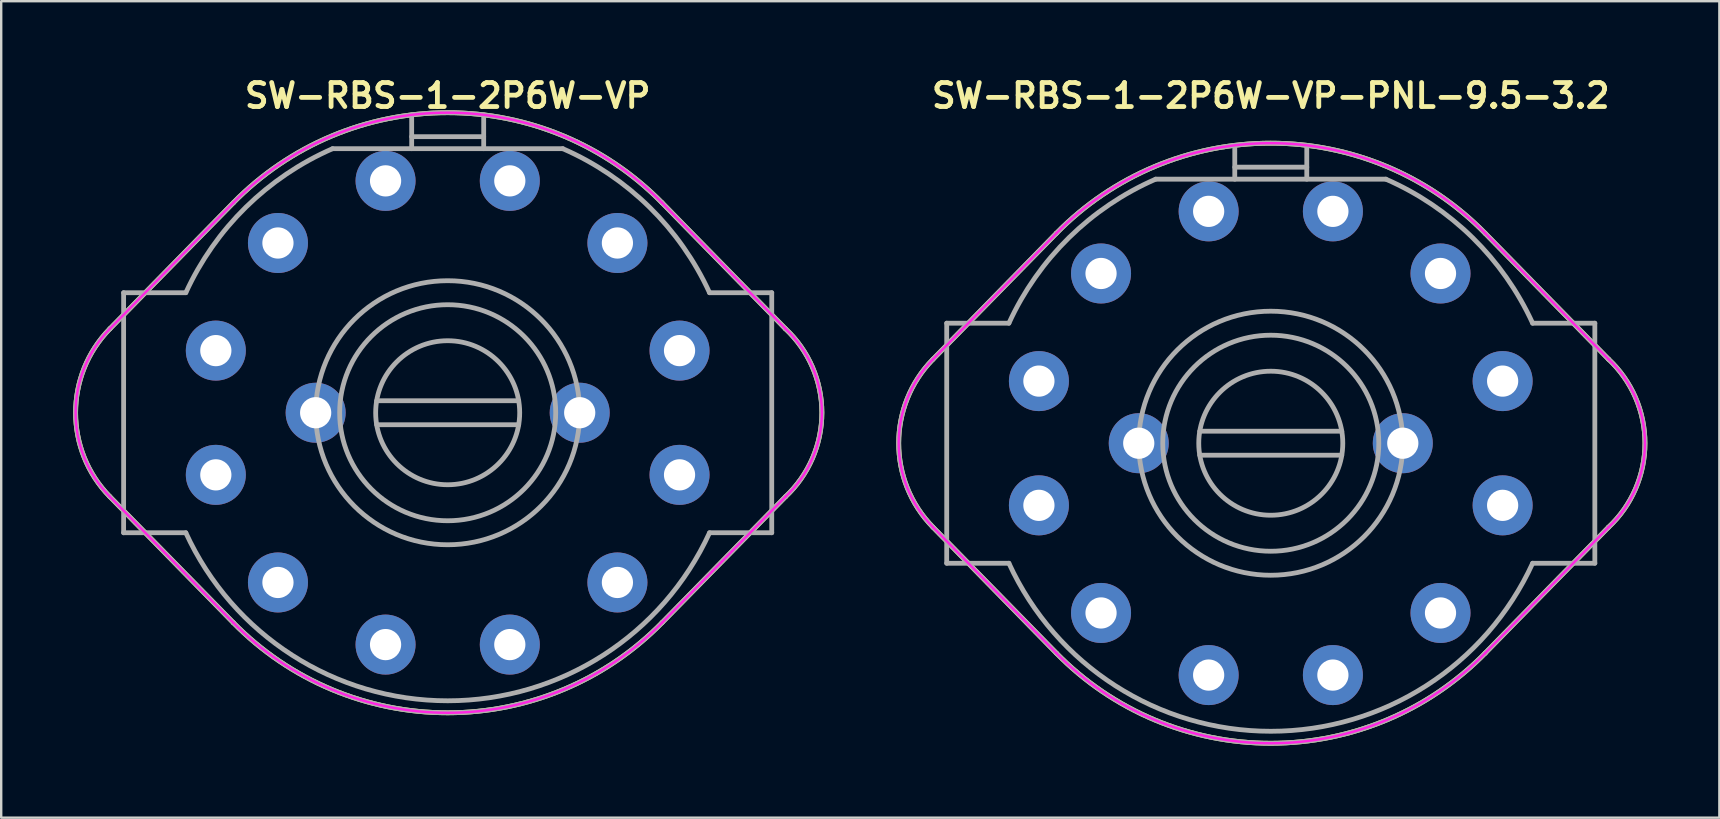
<source format=kicad_pcb>
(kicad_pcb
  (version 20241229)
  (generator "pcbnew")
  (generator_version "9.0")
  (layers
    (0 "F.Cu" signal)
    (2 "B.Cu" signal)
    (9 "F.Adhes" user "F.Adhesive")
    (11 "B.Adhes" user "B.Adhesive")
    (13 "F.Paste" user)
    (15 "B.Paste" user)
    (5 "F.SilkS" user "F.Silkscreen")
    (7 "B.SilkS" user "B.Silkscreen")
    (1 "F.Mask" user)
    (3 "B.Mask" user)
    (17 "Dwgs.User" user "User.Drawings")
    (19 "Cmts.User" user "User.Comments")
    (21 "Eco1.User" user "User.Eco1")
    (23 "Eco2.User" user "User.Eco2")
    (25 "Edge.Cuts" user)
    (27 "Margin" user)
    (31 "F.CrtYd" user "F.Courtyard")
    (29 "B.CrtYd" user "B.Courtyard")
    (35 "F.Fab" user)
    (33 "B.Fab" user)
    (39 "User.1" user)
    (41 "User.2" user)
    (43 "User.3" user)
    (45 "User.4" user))
  (footprint "SW-RBS-1-2P6W-VP-PNL-9.5-3.2"
    (layer "F.Cu")
    (at 49.889 15.414)
    (property "Reference" "SW-RBS-1-2P6W-VP-PNL-9.5-3.2" (at 0 -14.478 0) (layer "F.SilkS") (effects (font (size 1 1) (thickness 0.2))))
    (attr through_hole)
    (fp_line (start -14.071 -3.499) (end -8.929 -8.748) (stroke (width 0.2) (type solid)) (layer "F.SilkS"))
    (fp_line (start -14.071 3.499) (end -8.929 8.748) (stroke (width 0.2) (type solid)) (layer "F.SilkS"))
    (fp_line (start 8.929 -8.748) (end 14.071 -3.499) (stroke (width 0.2) (type solid)) (layer "F.SilkS"))
    (fp_line (start 8.929 8.748) (end 14.071 3.499) (stroke (width 0.2) (type solid)) (layer "F.SilkS"))
    (fp_arc (start -14.073297 3.497362) (mid -15.499999 -0.001335) (end -14.071428 -3.49927) (stroke (width 0.2) (type solid)) (layer "F.SilkS"))
    (fp_arc (start -8.933244 -8.743404) (mid -0.00334 -12.499998) (end 8.92857 -8.748177) (stroke (width 0.2) (type solid)) (layer "F.SilkS"))
    (fp_arc (start 8.933244 8.743404) (mid 0.00334 12.499998) (end -8.92857 8.748177) (stroke (width 0.2) (type solid)) (layer "F.SilkS"))
    (fp_arc (start 14.069435 -3.501135) (mid 15.588732 -0.001365) (end 14.071428 3.49927) (stroke (width 0.2) (type solid)) (layer "F.SilkS"))
    (fp_circle (center 0 -12) (end 1.6 -12) (stroke (width 0.4) (type solid)) (fill no) (layer "Eco1.User"))
    (fp_circle (center 0 0) (end 4.75 0) (stroke (width 0.4) (type solid)) (fill no) (layer "Eco1.User"))
    (fp_line (start -14.071 -3.499) (end -8.929 -8.748) (stroke (width 0.1) (type solid)) (layer "F.CrtYd"))
    (fp_line (start -14.071 3.499) (end -8.929 8.748) (stroke (width 0.1) (type solid)) (layer "F.CrtYd"))
    (fp_line (start 8.929 -8.748) (end 14.071 -3.499) (stroke (width 0.1) (type solid)) (layer "F.CrtYd"))
    (fp_line (start 8.929 8.748) (end 14.071 3.499) (stroke (width 0.1) (type solid)) (layer "F.CrtYd"))
    (fp_arc (start -14.073297 3.497362) (mid -15.499999 -0.001335) (end -14.071428 -3.49927) (stroke (width 0.1) (type solid)) (layer "F.CrtYd"))
    (fp_arc (start -8.933244 -8.743404) (mid -0.00334 -12.499998) (end 8.92857 -8.748177) (stroke (width 0.1) (type solid)) (layer "F.CrtYd"))
    (fp_arc (start 8.933244 8.743404) (mid 0.00334 12.499998) (end -8.92857 8.748177) (stroke (width 0.1) (type solid)) (layer "F.CrtYd"))
    (fp_arc (start 14.069435 -3.501135) (mid 15.588732 -0.001365) (end 14.071428 3.49927) (stroke (width 0.1) (type solid)) (layer "F.CrtYd"))
    (fp_line (start -14.071 -3.499) (end -8.929 -8.748) (stroke (width 0.2) (type solid)) (layer "F.Fab"))
    (fp_line (start -14.071 3.499) (end -8.929 8.748) (stroke (width 0.2) (type solid)) (layer "F.Fab"))
    (fp_line (start -13.5 -5) (end -13.5 5) (stroke (width 0.2) (type solid)) (layer "F.Fab"))
    (fp_line (start -13.5 -5) (end -10.909 -5) (stroke (width 0.2) (type solid)) (layer "F.Fab"))
    (fp_line (start -13.5 5) (end -10.909 5) (stroke (width 0.2) (type solid)) (layer "F.Fab"))
    (fp_line (start -4.796 -11) (end 4.796 -11) (stroke (width 0.2) (type solid)) (layer "F.Fab"))
    (fp_line (start -2.958 -0.5) (end 2.958 -0.5) (stroke (width 0.2) (type solid)) (layer "F.Fab"))
    (fp_line (start -2.958 0.5) (end 2.958 0.5) (stroke (width 0.2) (type solid)) (layer "F.Fab"))
    (fp_line (start -1.5 -12.41) (end -1.5 -11) (stroke (width 0.2) (type solid)) (layer "F.Fab"))
    (fp_line (start -1.5 -11.5) (end 1.5 -11.5) (stroke (width 0.2) (type solid)) (layer "F.Fab"))
    (fp_line (start 1.5 -12.41) (end 1.5 -11) (stroke (width 0.2) (type solid)) (layer "F.Fab"))
    (fp_line (start 8.929 -8.748) (end 14.071 -3.499) (stroke (width 0.2) (type solid)) (layer "F.Fab"))
    (fp_line (start 8.929 8.748) (end 14.071 3.499) (stroke (width 0.2) (type solid)) (layer "F.Fab"))
    (fp_line (start 10.909 -5) (end 13.5 -5) (stroke (width 0.2) (type solid)) (layer "F.Fab"))
    (fp_line (start 10.909 5) (end 13.5 5) (stroke (width 0.2) (type solid)) (layer "F.Fab"))
    (fp_line (start 13.5 -5) (end 13.5 5) (stroke (width 0.2) (type solid)) (layer "F.Fab"))
    (fp_arc (start -14.073297 3.497362) (mid -15.499999 -0.001335) (end -14.071428 -3.49927) (stroke (width 0.2) (type solid)) (layer "F.Fab"))
    (fp_arc (start -10.908711 -5) (mid -8.405841 -8.563984) (end -4.795831 -10.999999) (stroke (width 0.2) (type solid)) (layer "F.Fab"))
    (fp_arc (start -8.933244 -8.743404) (mid -0.00334 -12.499998) (end 8.92857 -8.748177) (stroke (width 0.2) (type solid)) (layer "F.Fab"))
    (fp_arc (start 4.795832 -10.999998) (mid 8.405841 -8.563983) (end 10.908711 -4.999999) (stroke (width 0.2) (type solid)) (layer "F.Fab"))
    (fp_arc (start 8.933244 8.743404) (mid 0.00334 12.499998) (end -8.92857 8.748177) (stroke (width 0.2) (type solid)) (layer "F.Fab"))
    (fp_arc (start 10.908711 5) (mid 0 11.999999) (end -10.908711 4.999999) (stroke (width 0.2) (type solid)) (layer "F.Fab"))
    (fp_arc (start 14.069435 -3.501135) (mid 15.588732 -0.001365) (end 14.071428 3.49927) (stroke (width 0.2) (type solid)) (layer "F.Fab"))
    (fp_circle (center 0 0) (end 3 0) (stroke (width 0.2) (type solid)) (fill no) (layer "F.Fab"))
    (fp_circle (center 0 0) (end 4.5 0) (stroke (width 0.2) (type solid)) (fill no) (layer "F.Fab"))
    (fp_circle (center 0 0) (end 5.5 0) (stroke (width 0.2) (type solid)) (fill no) (layer "F.Fab"))
    (pad "1-1" thru_hole circle (at -2.588 9.659) (size 2.5 2.5) (drill 1.3) (layers "*.Cu" "*.Mask"))
    (pad "1-2" thru_hole circle (at -7.071 7.071) (size 2.5 2.5) (drill 1.3) (layers "*.Cu" "*.Mask"))
    (pad "1-3" thru_hole circle (at -9.659 2.588) (size 2.5 2.5) (drill 1.3) (layers "*.Cu" "*.Mask"))
    (pad "1-4" thru_hole circle (at -9.659 -2.588) (size 2.5 2.5) (drill 1.3) (layers "*.Cu" "*.Mask"))
    (pad "1-5" thru_hole circle (at -7.071 -7.071) (size 2.5 2.5) (drill 1.3) (layers "*.Cu" "*.Mask"))
    (pad "1-6" thru_hole circle (at -2.588 -9.659) (size 2.5 2.5) (drill 1.3) (layers "*.Cu" "*.Mask"))
    (pad "2-1" thru_hole circle (at 2.588 -9.659) (size 2.5 2.5) (drill 1.3) (layers "*.Cu" "*.Mask"))
    (pad "2-2" thru_hole circle (at 7.071 -7.071) (size 2.5 2.5) (drill 1.3) (layers "*.Cu" "*.Mask"))
    (pad "2-3" thru_hole circle (at 9.659 -2.588) (size 2.5 2.5) (drill 1.3) (layers "*.Cu" "*.Mask"))
    (pad "2-4" thru_hole circle (at 9.659 2.588) (size 2.5 2.5) (drill 1.3) (layers "*.Cu" "*.Mask"))
    (pad "2-5" thru_hole circle (at 7.071 7.071) (size 2.5 2.5) (drill 1.3) (layers "*.Cu" "*.Mask"))
    (pad "2-6" thru_hole circle (at 2.588 9.659) (size 2.5 2.5) (drill 1.3) (layers "*.Cu" "*.Mask"))
    (pad "COM1" thru_hole circle (at -5.5 0) (size 2.5 2.5) (drill 1.3) (layers "*.Cu" "*.Mask"))
    (pad "COM2" thru_hole circle (at 5.5 0) (size 2.5 2.5) (drill 1.3) (layers "*.Cu" "*.Mask")))
  (footprint "SW-RBS-1-2P6W-VP"
    (layer "F.Cu")
    (at 15.6 14.144)
    (property "Reference" "SW-RBS-1-2P6W-VP" (at 0 -13.208 0) (layer "F.SilkS") (effects (font (size 1 1) (thickness 0.2))))
    (attr through_hole)
    (fp_line (start -14.071 -3.499) (end -8.929 -8.748) (stroke (width 0.2) (type solid)) (layer "F.SilkS"))
    (fp_line (start -14.071 3.499) (end -8.929 8.748) (stroke (width 0.2) (type solid)) (layer "F.SilkS"))
    (fp_line (start 8.929 -8.748) (end 14.071 -3.499) (stroke (width 0.2) (type solid)) (layer "F.SilkS"))
    (fp_line (start 8.929 8.748) (end 14.071 3.499) (stroke (width 0.2) (type solid)) (layer "F.SilkS"))
    (fp_arc (start -14.073297 3.497362) (mid -15.499999 -0.001335) (end -14.071428 -3.49927) (stroke (width 0.2) (type solid)) (layer "F.SilkS"))
    (fp_arc (start -8.933244 -8.743404) (mid -0.00334 -12.499998) (end 8.92857 -8.748177) (stroke (width 0.2) (type solid)) (layer "F.SilkS"))
    (fp_arc (start 8.933244 8.743404) (mid 0.00334 12.499998) (end -8.92857 8.748177) (stroke (width 0.2) (type solid)) (layer "F.SilkS"))
    (fp_arc (start 14.069435 -3.501135) (mid 15.588732 -0.001365) (end 14.071428 3.49927) (stroke (width 0.2) (type solid)) (layer "F.SilkS"))
    (fp_line (start -14.071 -3.499) (end -8.929 -8.748) (stroke (width 0.1) (type solid)) (layer "F.CrtYd"))
    (fp_line (start -14.071 3.499) (end -8.929 8.748) (stroke (width 0.1) (type solid)) (layer "F.CrtYd"))
    (fp_line (start 8.929 -8.748) (end 14.071 -3.499) (stroke (width 0.1) (type solid)) (layer "F.CrtYd"))
    (fp_line (start 8.929 8.748) (end 14.071 3.499) (stroke (width 0.1) (type solid)) (layer "F.CrtYd"))
    (fp_arc (start -14.073297 3.497362) (mid -15.499999 -0.001335) (end -14.071428 -3.49927) (stroke (width 0.1) (type solid)) (layer "F.CrtYd"))
    (fp_arc (start -8.933244 -8.743404) (mid -0.00334 -12.499998) (end 8.92857 -8.748177) (stroke (width 0.1) (type solid)) (layer "F.CrtYd"))
    (fp_arc (start 8.933244 8.743404) (mid 0.00334 12.499998) (end -8.92857 8.748177) (stroke (width 0.1) (type solid)) (layer "F.CrtYd"))
    (fp_arc (start 14.069435 -3.501135) (mid 15.588732 -0.001365) (end 14.071428 3.49927) (stroke (width 0.1) (type solid)) (layer "F.CrtYd"))
    (fp_line (start -14.071 -3.499) (end -8.929 -8.748) (stroke (width 0.2) (type solid)) (layer "F.Fab"))
    (fp_line (start -14.071 3.499) (end -8.929 8.748) (stroke (width 0.2) (type solid)) (layer "F.Fab"))
    (fp_line (start -13.5 -5) (end -13.5 5) (stroke (width 0.2) (type solid)) (layer "F.Fab"))
    (fp_line (start -13.5 -5) (end -10.909 -5) (stroke (width 0.2) (type solid)) (layer "F.Fab"))
    (fp_line (start -13.5 5) (end -10.909 5) (stroke (width 0.2) (type solid)) (layer "F.Fab"))
    (fp_line (start -4.796 -11) (end 4.796 -11) (stroke (width 0.2) (type solid)) (layer "F.Fab"))
    (fp_line (start -2.958 -0.5) (end 2.958 -0.5) (stroke (width 0.2) (type solid)) (layer "F.Fab"))
    (fp_line (start -2.958 0.5) (end 2.958 0.5) (stroke (width 0.2) (type solid)) (layer "F.Fab"))
    (fp_line (start -1.5 -12.41) (end -1.5 -11) (stroke (width 0.2) (type solid)) (layer "F.Fab"))
    (fp_line (start -1.5 -11.5) (end 1.5 -11.5) (stroke (width 0.2) (type solid)) (layer "F.Fab"))
    (fp_line (start 1.5 -12.41) (end 1.5 -11) (stroke (width 0.2) (type solid)) (layer "F.Fab"))
    (fp_line (start 8.929 -8.748) (end 14.071 -3.499) (stroke (width 0.2) (type solid)) (layer "F.Fab"))
    (fp_line (start 8.929 8.748) (end 14.071 3.499) (stroke (width 0.2) (type solid)) (layer "F.Fab"))
    (fp_line (start 10.909 -5) (end 13.5 -5) (stroke (width 0.2) (type solid)) (layer "F.Fab"))
    (fp_line (start 10.909 5) (end 13.5 5) (stroke (width 0.2) (type solid)) (layer "F.Fab"))
    (fp_line (start 13.5 -5) (end 13.5 5) (stroke (width 0.2) (type solid)) (layer "F.Fab"))
    (fp_arc (start -14.073297 3.497362) (mid -15.499999 -0.001335) (end -14.071428 -3.49927) (stroke (width 0.2) (type solid)) (layer "F.Fab"))
    (fp_arc (start -10.908711 -5) (mid -8.405841 -8.563984) (end -4.795831 -10.999999) (stroke (width 0.2) (type solid)) (layer "F.Fab"))
    (fp_arc (start -8.933244 -8.743404) (mid -0.00334 -12.499998) (end 8.92857 -8.748177) (stroke (width 0.2) (type solid)) (layer "F.Fab"))
    (fp_arc (start 4.795832 -10.999998) (mid 8.405841 -8.563983) (end 10.908711 -4.999999) (stroke (width 0.2) (type solid)) (layer "F.Fab"))
    (fp_arc (start 8.933244 8.743404) (mid 0.00334 12.499998) (end -8.92857 8.748177) (stroke (width 0.2) (type solid)) (layer "F.Fab"))
    (fp_arc (start 10.908711 5) (mid 0 11.999999) (end -10.908711 4.999999) (stroke (width 0.2) (type solid)) (layer "F.Fab"))
    (fp_arc (start 14.069435 -3.501135) (mid 15.588732 -0.001365) (end 14.071428 3.49927) (stroke (width 0.2) (type solid)) (layer "F.Fab"))
    (fp_circle (center 0 0) (end 3 0) (stroke (width 0.2) (type solid)) (fill no) (layer "F.Fab"))
    (fp_circle (center 0 0) (end 4.5 0) (stroke (width 0.2) (type solid)) (fill no) (layer "F.Fab"))
    (fp_circle (center 0 0) (end 5.5 0) (stroke (width 0.2) (type solid)) (fill no) (layer "F.Fab"))
    (pad "1-1" thru_hole circle (at -2.588 9.659) (size 2.5 2.5) (drill 1.3) (layers "*.Cu" "*.Mask"))
    (pad "1-2" thru_hole circle (at -7.071 7.071) (size 2.5 2.5) (drill 1.3) (layers "*.Cu" "*.Mask"))
    (pad "1-3" thru_hole circle (at -9.659 2.588) (size 2.5 2.5) (drill 1.3) (layers "*.Cu" "*.Mask"))
    (pad "1-4" thru_hole circle (at -9.659 -2.588) (size 2.5 2.5) (drill 1.3) (layers "*.Cu" "*.Mask"))
    (pad "1-5" thru_hole circle (at -7.071 -7.071) (size 2.5 2.5) (drill 1.3) (layers "*.Cu" "*.Mask"))
    (pad "1-6" thru_hole circle (at -2.588 -9.659) (size 2.5 2.5) (drill 1.3) (layers "*.Cu" "*.Mask"))
    (pad "2-1" thru_hole circle (at 2.588 -9.659) (size 2.5 2.5) (drill 1.3) (layers "*.Cu" "*.Mask"))
    (pad "2-2" thru_hole circle (at 7.071 -7.071) (size 2.5 2.5) (drill 1.3) (layers "*.Cu" "*.Mask"))
    (pad "2-3" thru_hole circle (at 9.659 -2.588) (size 2.5 2.5) (drill 1.3) (layers "*.Cu" "*.Mask"))
    (pad "2-4" thru_hole circle (at 9.659 2.588) (size 2.5 2.5) (drill 1.3) (layers "*.Cu" "*.Mask"))
    (pad "2-5" thru_hole circle (at 7.071 7.071) (size 2.5 2.5) (drill 1.3) (layers "*.Cu" "*.Mask"))
    (pad "2-6" thru_hole circle (at 2.588 9.659) (size 2.5 2.5) (drill 1.3) (layers "*.Cu" "*.Mask"))
    (pad "COM1" thru_hole circle (at -5.5 0) (size 2.5 2.5) (drill 1.3) (layers "*.Cu" "*.Mask"))
    (pad "COM2" thru_hole circle (at 5.5 0) (size 2.5 2.5) (drill 1.3) (layers "*.Cu" "*.Mask")))
  (gr_rect
    (start -3 -3)
    (end 68.577 31.014)
    (stroke (width 0.1) (type default))
    (fill no)
    (layer "Edge.Cuts")))
</source>
